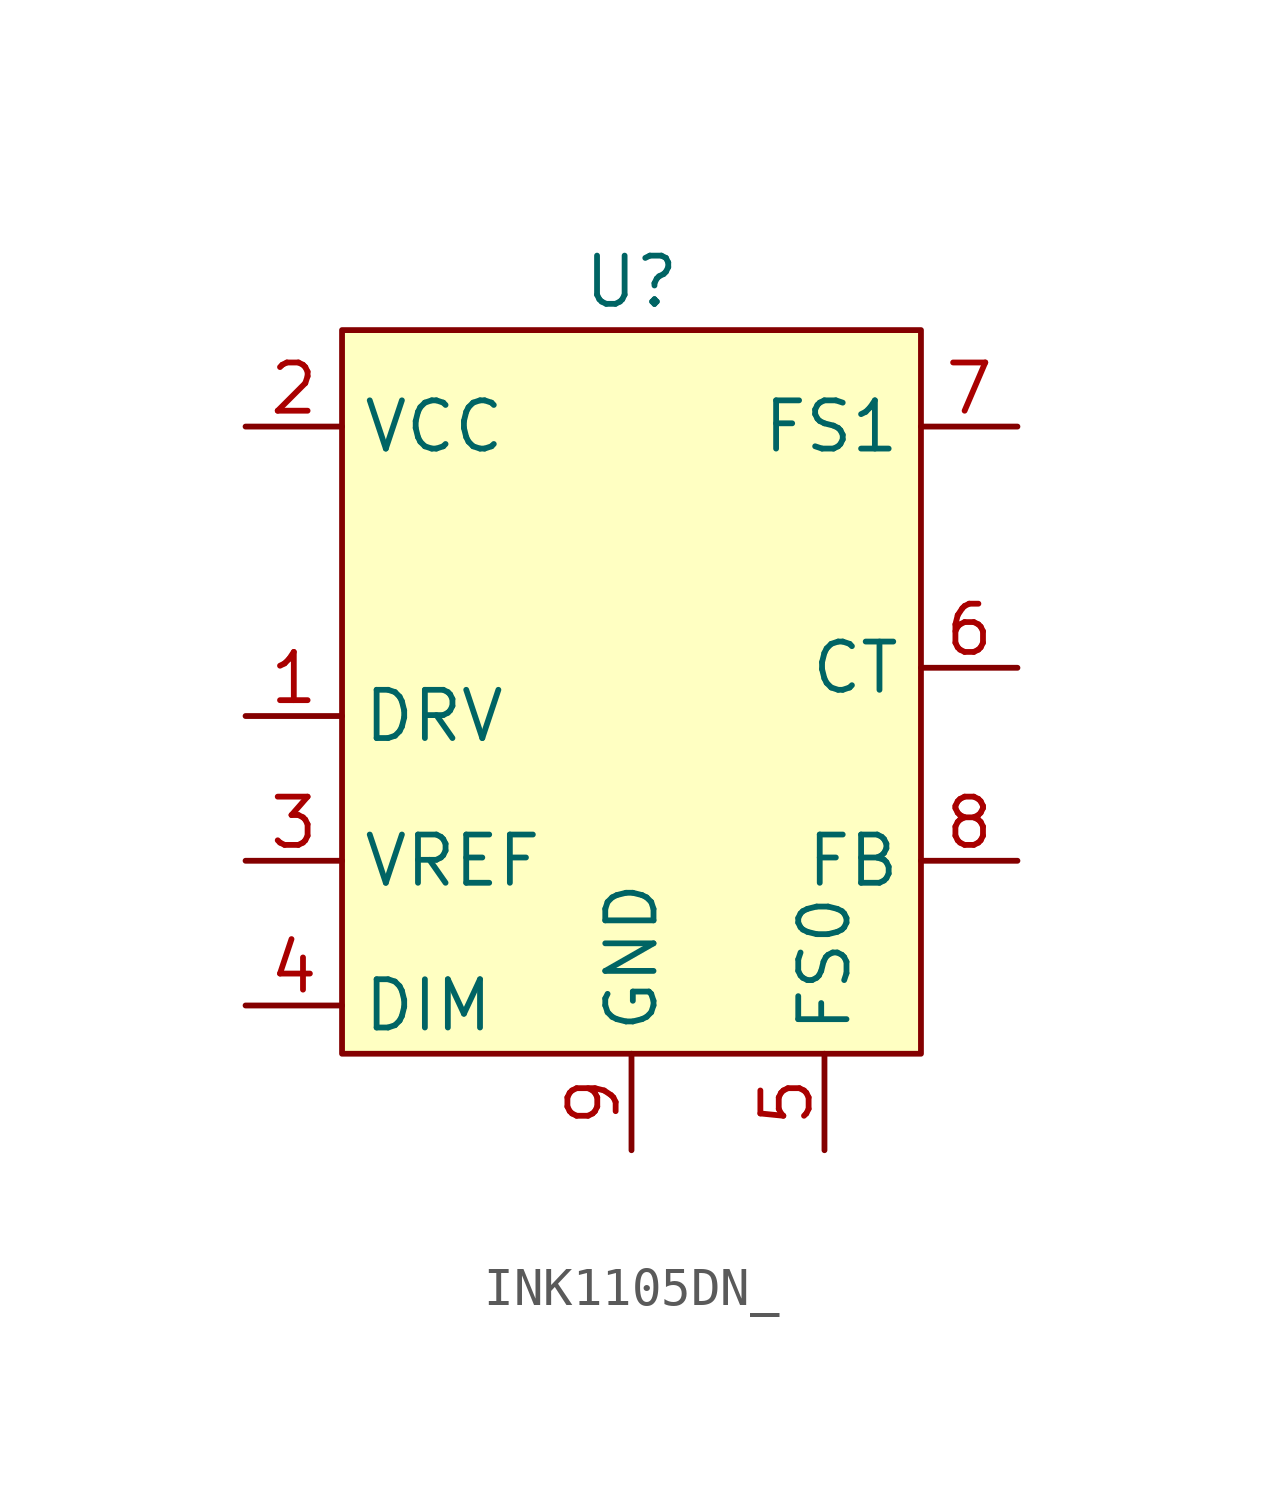
<source format=kicad_sym>
(kicad_symbol_lib
  (version 20220914)
  (generator kicad_symbol_editor)
  (symbol "INK1105DN_"
    (property "Reference" "U"
      (at 0 10.16 0)
      (effects (font (size 1.27 1.27))))
    (property "Value" ""
      (at 0 10.16 0)
      (effects (font (size 1.27 1.27))))
    (symbol "INK1105DN__1_1"
      (rectangle (start -7.62 8.89) (end 7.62 -10.16) (stroke (width 0) (type default)) (fill (type background)))
      (pin input line (at -10.16 -1.27 0) (length 2.54) (name "DRV" (effects (font (size 1.27 1.27)))) (number "1" (effects (font (size 1.27 1.27)))))
      (pin input line (at -10.16 6.35 0) (length 2.54) (name "VCC" (effects (font (size 1.27 1.27)))) (number "2" (effects (font (size 1.27 1.27)))))
      (pin input line (at -10.16 -5.08 0) (length 2.54) (name "VREF" (effects (font (size 1.27 1.27)))) (number "3" (effects (font (size 1.27 1.27)))))
      (pin input line (at -10.16 -8.89 0) (length 2.54) (name "DIM" (effects (font (size 1.27 1.27)))) (number "4" (effects (font (size 1.27 1.27)))))
      (pin input line (at 5.08 -12.7 90) (length 2.54) (name "FS0" (effects (font (size 1.27 1.27)))) (number "5" (effects (font (size 1.27 1.27)))))
      (pin input line (at 10.16 0 180) (length 2.54) (name "CT" (effects (font (size 1.27 1.27)))) (number "6" (effects (font (size 1.27 1.27)))))
      (pin input line (at 10.16 6.35 180) (length 2.54) (name "FS1" (effects (font (size 1.27 1.27)))) (number "7" (effects (font (size 1.27 1.27)))))
      (pin input line (at 10.16 -5.08 180) (length 2.54) (name "FB" (effects (font (size 1.27 1.27)))) (number "8" (effects (font (size 1.27 1.27)))))
      (pin input line (at 0 -12.7 90) (length 2.54) (name "GND" (effects (font (size 1.27 1.27)))) (number "9" (effects (font (size 1.27 1.27))))))))
</source>
